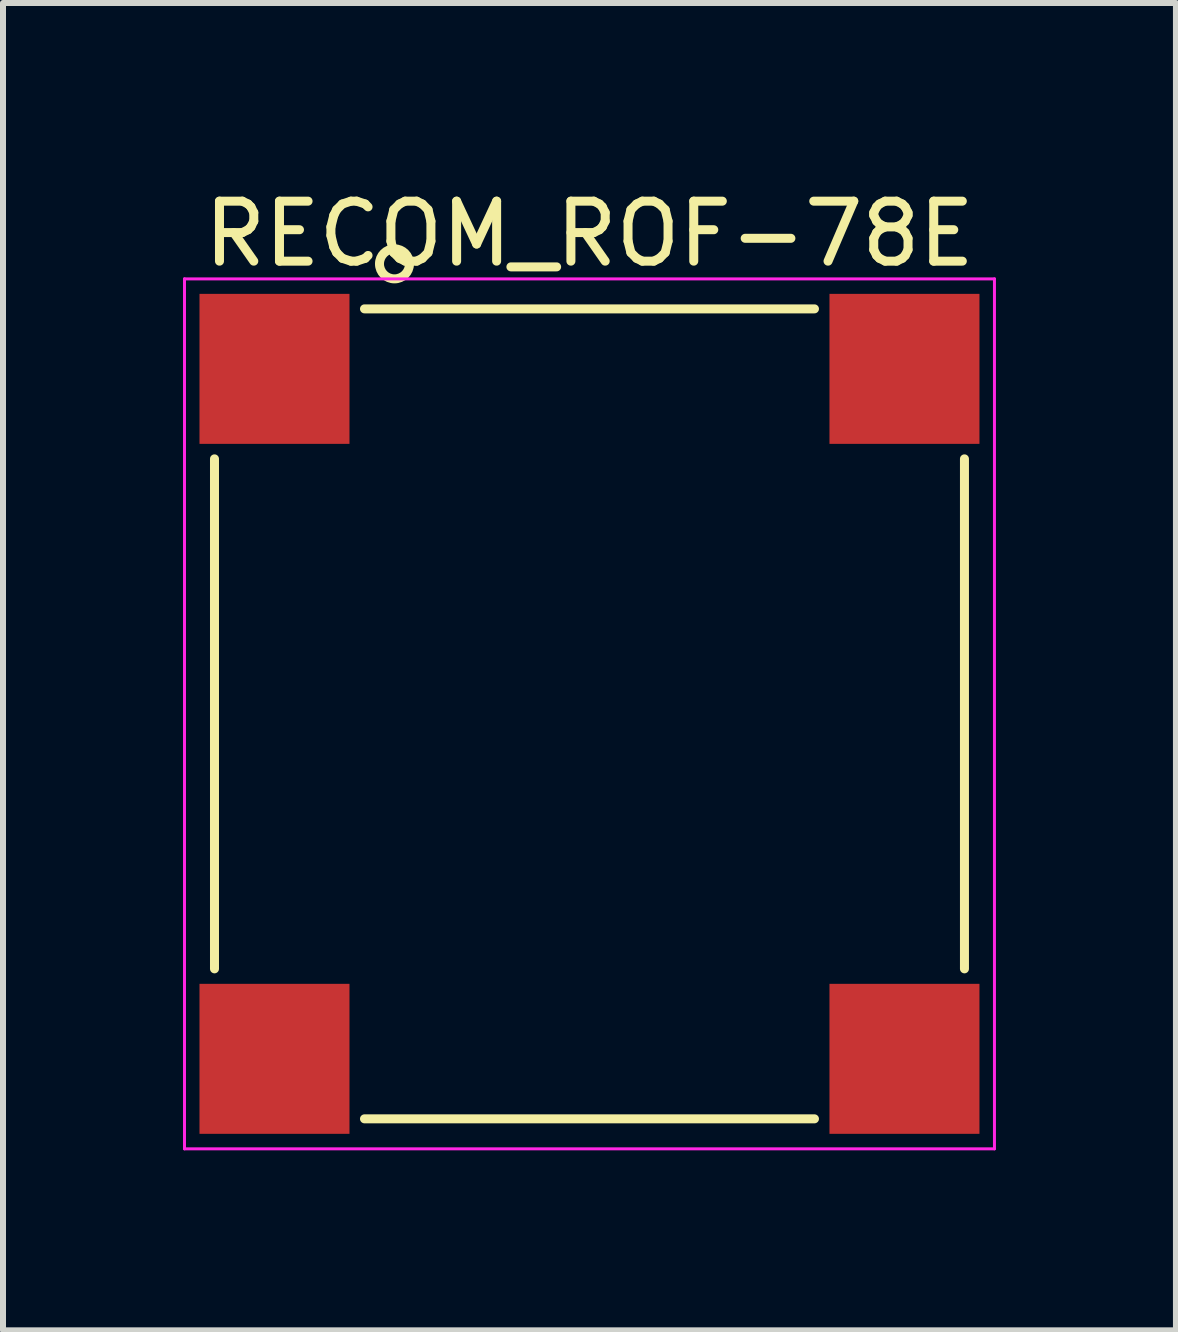
<source format=kicad_pcb>
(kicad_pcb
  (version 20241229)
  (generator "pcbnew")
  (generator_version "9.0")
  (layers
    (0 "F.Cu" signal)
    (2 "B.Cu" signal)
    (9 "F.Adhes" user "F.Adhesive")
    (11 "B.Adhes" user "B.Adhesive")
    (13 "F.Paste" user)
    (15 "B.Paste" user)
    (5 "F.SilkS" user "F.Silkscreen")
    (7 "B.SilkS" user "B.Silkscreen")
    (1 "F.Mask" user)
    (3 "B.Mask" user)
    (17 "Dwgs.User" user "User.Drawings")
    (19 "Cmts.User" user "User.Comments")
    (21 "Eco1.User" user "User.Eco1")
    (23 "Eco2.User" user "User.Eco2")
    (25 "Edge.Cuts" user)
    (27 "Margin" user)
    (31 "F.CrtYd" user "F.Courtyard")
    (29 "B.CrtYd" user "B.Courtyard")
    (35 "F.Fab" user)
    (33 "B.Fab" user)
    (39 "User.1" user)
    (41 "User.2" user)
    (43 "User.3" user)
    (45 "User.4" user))
  (footprint "RECOM_ROF-78E"
    (layer "F.Cu")
    (at 6.775 8.848)
    (property "Reference" "RECOM_ROF-78E" (at 0 -8 0) (layer "F.SilkS") (effects (font (size 1 1) (thickness 0.15))))
    (attr through_hole)
    (fp_line (start -6.25 -4.25) (end -6.25 4.25) (stroke (width 0.15) (type solid)) (layer "F.SilkS"))
    (fp_line (start -3.75 6.75) (end 3.75 6.75) (stroke (width 0.15) (type solid)) (layer "F.SilkS"))
    (fp_line (start 3.75 -6.75) (end -3.75 -6.75) (stroke (width 0.15) (type solid)) (layer "F.SilkS"))
    (fp_line (start 6.25 4.25) (end 6.25 -4.25) (stroke (width 0.15) (type solid)) (layer "F.SilkS"))
    (fp_circle (center -3.25 -7.5) (end -3 -7.5) (stroke (width 0.15) (type solid)) (fill no) (layer "F.SilkS"))
    (fp_line (start -6.75 -7.25) (end 6.75 -7.25) (stroke (width 0.05) (type solid)) (layer "F.CrtYd"))
    (fp_line (start -6.75 7.25) (end -6.75 -7.25) (stroke (width 0.05) (type solid)) (layer "F.CrtYd"))
    (fp_line (start 6.75 -7.25) (end 6.75 7.25) (stroke (width 0.05) (type solid)) (layer "F.CrtYd"))
    (fp_line (start 6.75 7.25) (end -6.75 7.25) (stroke (width 0.05) (type solid)) (layer "F.CrtYd"))
    (pad "1" smd rect (at -5.25 -5.75) (size 2.5 2.5) (layers "F.Cu" "F.Mask" "F.Paste"))
    (pad "2" smd rect (at 5.25 -5.75) (size 2.5 2.5) (layers "F.Cu" "F.Mask" "F.Paste"))
    (pad "3" smd rect (at 5.25 5.75) (size 2.5 2.5) (layers "F.Cu" "F.Mask" "F.Paste"))
    (pad "4" smd rect (at -5.25 5.75) (size 2.5 2.5) (layers "F.Cu" "F.Mask" "F.Paste")))
  (gr_rect
    (start -3 -3)
    (end 16.55 19.123)
    (stroke (width 0.1) (type default))
    (fill no)
    (layer "Edge.Cuts")))
</source>
